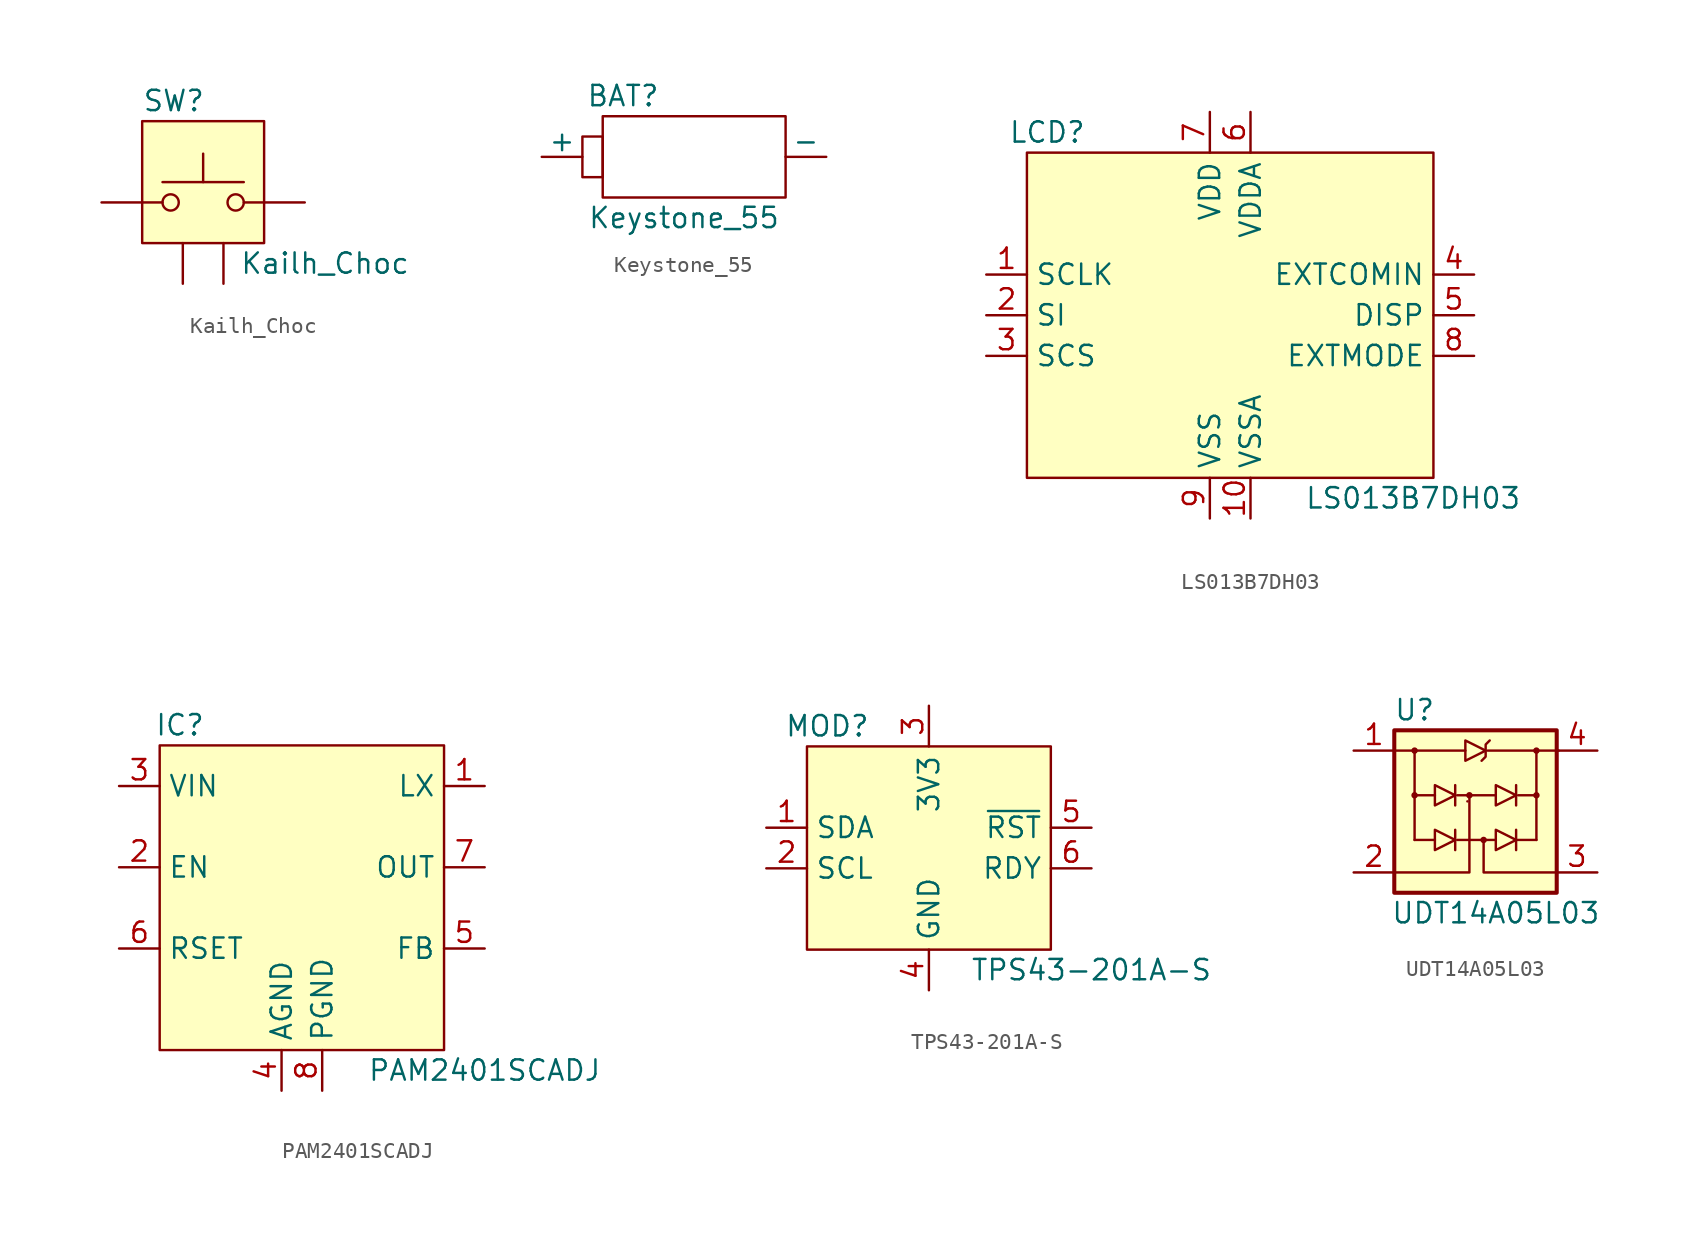
<source format=kicad_sym>
(kicad_symbol_lib
  (version 20220914)
  (generator kicad_symbol_editor)
  (symbol "Kailh_Choc"
    (pin_numbers hide)
    (pin_names
      (offset 1.016) hide)
    (property "Reference" "SW"
      (at -3.81 6.35 0)
      (effects (font (size 1.27 1.27)) (justify left)))
    (property "Value" "Kailh_Choc"
      (at 7.62 -3.81 0)
      (effects (font (size 1.27 1.27))))
    (symbol "Kailh_Choc_0_1"
      (circle (center -2.032 0) (radius 0.508) (stroke (width 0) (type default)) (fill (type none)))
      (polyline (pts (xy -3.81 0) (xy -2.54 0)) (stroke (width 0) (type default)) (fill (type none)))
      (polyline (pts (xy 0 1.27) (xy 0 3.048)) (stroke (width 0) (type default)) (fill (type none)))
      (polyline (pts (xy 2.54 1.27) (xy -2.54 1.27)) (stroke (width 0) (type default)) (fill (type none)))
      (polyline (pts (xy 3.81 0) (xy 2.54 0)) (stroke (width 0) (type default)) (fill (type none)))
      (circle (center 2.032 0) (radius 0.508) (stroke (width 0) (type default)) (fill (type none)))
      (pin passive line (at -6.35 0 0) (length 2.54) (name "1" (effects (font (size 1.27 1.27)))) (number "1" (effects (font (size 1.27 1.27)))))
      (pin passive line (at 6.35 0 180) (length 2.54) (name "2" (effects (font (size 1.27 1.27)))) (number "2" (effects (font (size 1.27 1.27))))))
    (symbol "Kailh_Choc_1_1"
      (rectangle (start -3.81 5.08) (end 3.81 -2.54) (stroke (width 0) (type default)) (fill (type background)))
      (pin passive line (at -1.27 -5.08 90) (length 2.54) (name "MH2" (effects (font (size 1.27 1.27)))) (number "MH2" (effects (font (size 1.27 1.27)))))
      (pin passive line (at 1.27 -5.08 90) (length 2.54) (name "MH3" (effects (font (size 1.27 1.27)))) (number "MH3" (effects (font (size 1.27 1.27)))))))
  (symbol "Keystone_55"
    (pin_numbers hide)
    (pin_names
      (offset 0))
    (property "Reference" "BAT"
      (at -3.81 3.81 0)
      (effects (font (size 1.27 1.27))))
    (property "Value" "Keystone_55"
      (at 0 -3.81 0)
      (effects (font (size 1.27 1.27))))
    (symbol "Keystone_55_0_1"
      (rectangle (start -6.35 1.27) (end -5.08 -1.27) (stroke (width 0) (type default)) (fill (type none)))
      (rectangle (start -5.08 2.54) (end 6.35 -2.54) (stroke (width 0) (type default)) (fill (type none))))
    (symbol "Keystone_55_1_1"
      (pin power_out line (at -8.89 0 0) (length 2.54) (name "+" (effects (font (size 1.27 1.27)))) (number "1" (effects (font (size 1.27 1.27)))))
      (pin power_out line (at 8.89 0 180) (length 2.54) (name "-" (effects (font (size 1.27 1.27)))) (number "2" (effects (font (size 1.27 1.27)))))))
  (symbol "LS013B7DH03"
    (property "Reference" "LCD"
      (at -11.43 11.43 0)
      (effects (font (size 1.27 1.27))))
    (property "Value" "LS013B7DH03"
      (at 11.43 -11.43 0)
      (effects (font (size 1.27 1.27))))
    (symbol "LS013B7DH03_1_1"
      (rectangle (start -12.7 10.16) (end 12.7 -10.16) (stroke (width 0) (type default)) (fill (type background)))
      (pin input line (at -15.24 2.54 0) (length 2.54) (name "SCLK" (effects (font (size 1.27 1.27)))) (number "1" (effects (font (size 1.27 1.27)))))
      (pin power_in line (at 1.27 -12.7 90) (length 2.54) (name "VSSA" (effects (font (size 1.27 1.27)))) (number "10" (effects (font (size 1.27 1.27)))))
      (pin input line (at -15.24 0 0) (length 2.54) (name "SI" (effects (font (size 1.27 1.27)))) (number "2" (effects (font (size 1.27 1.27)))))
      (pin input line (at -15.24 -2.54 0) (length 2.54) (name "SCS" (effects (font (size 1.27 1.27)))) (number "3" (effects (font (size 1.27 1.27)))))
      (pin input line (at 15.24 2.54 180) (length 2.54) (name "EXTCOMIN" (effects (font (size 1.27 1.27)))) (number "4" (effects (font (size 1.27 1.27)))))
      (pin input line (at 15.24 0 180) (length 2.54) (name "DISP" (effects (font (size 1.27 1.27)))) (number "5" (effects (font (size 1.27 1.27)))))
      (pin power_in line (at 1.27 12.7 270) (length 2.54) (name "VDDA" (effects (font (size 1.27 1.27)))) (number "6" (effects (font (size 1.27 1.27)))))
      (pin power_in line (at -1.27 12.7 270) (length 2.54) (name "VDD" (effects (font (size 1.27 1.27)))) (number "7" (effects (font (size 1.27 1.27)))))
      (pin input line (at 15.24 -2.54 180) (length 2.54) (name "EXTMODE" (effects (font (size 1.27 1.27)))) (number "8" (effects (font (size 1.27 1.27)))))
      (pin power_in line (at -1.27 -12.7 90) (length 2.54) (name "VSS" (effects (font (size 1.27 1.27)))) (number "9" (effects (font (size 1.27 1.27)))))))
  (symbol "PAM2401SCADJ"
    (property "Reference" "IC"
      (at -7.62 10.16 0)
      (effects (font (size 1.27 1.27))))
    (property "Value" "PAM2401SCADJ"
      (at 11.43 -11.43 0)
      (effects (font (size 1.27 1.27))))
    (symbol "PAM2401SCADJ_1_1"
      (rectangle (start -8.89 8.89) (end 8.89 -10.16) (stroke (width 0) (type default)) (fill (type background)))
      (pin output line (at 11.43 6.35 180) (length 2.54) (name "LX" (effects (font (size 1.27 1.27)))) (number "1" (effects (font (size 1.27 1.27)))))
      (pin input line (at -11.43 1.27 0) (length 2.54) (name "EN" (effects (font (size 1.27 1.27)))) (number "2" (effects (font (size 1.27 1.27)))))
      (pin power_in line (at -11.43 6.35 0) (length 2.54) (name "VIN" (effects (font (size 1.27 1.27)))) (number "3" (effects (font (size 1.27 1.27)))))
      (pin power_in line (at -1.27 -12.7 90) (length 2.54) (name "AGND" (effects (font (size 1.27 1.27)))) (number "4" (effects (font (size 1.27 1.27)))))
      (pin input line (at 11.43 -3.81 180) (length 2.54) (name "FB" (effects (font (size 1.27 1.27)))) (number "5" (effects (font (size 1.27 1.27)))))
      (pin input line (at -11.43 -3.81 0) (length 2.54) (name "RSET" (effects (font (size 1.27 1.27)))) (number "6" (effects (font (size 1.27 1.27)))))
      (pin power_out line (at 11.43 1.27 180) (length 2.54) (name "OUT" (effects (font (size 1.27 1.27)))) (number "7" (effects (font (size 1.27 1.27)))))
      (pin power_in line (at 1.27 -12.7 90) (length 2.54) (name "PGND" (effects (font (size 1.27 1.27)))) (number "8" (effects (font (size 1.27 1.27)))))))
  (symbol "TPS43-201A-S"
    (property "Reference" "MOD"
      (at -6.35 7.62 0)
      (effects (font (size 1.27 1.27))))
    (property "Value" "TPS43-201A-S"
      (at 10.16 -7.62 0)
      (effects (font (size 1.27 1.27))))
    (symbol "TPS43-201A-S_1_1"
      (rectangle (start -7.62 6.35) (end 7.62 -6.35) (stroke (width 0) (type default)) (fill (type background)))
      (pin bidirectional line (at -10.16 1.27 0) (length 2.54) (name "SDA" (effects (font (size 1.27 1.27)))) (number "1" (effects (font (size 1.27 1.27)))))
      (pin input line (at -10.16 -1.27 0) (length 2.54) (name "SCL" (effects (font (size 1.27 1.27)))) (number "2" (effects (font (size 1.27 1.27)))))
      (pin power_in line (at 0 8.89 270) (length 2.54) (name "3V3" (effects (font (size 1.27 1.27)))) (number "3" (effects (font (size 1.27 1.27)))))
      (pin power_in line (at 0 -8.89 90) (length 2.54) (name "GND" (effects (font (size 1.27 1.27)))) (number "4" (effects (font (size 1.27 1.27)))))
      (pin input line (at 10.16 1.27 180) (length 2.54) (name "~{RST}" (effects (font (size 1.27 1.27)))) (number "5" (effects (font (size 1.27 1.27)))))
      (pin output line (at 10.16 -1.27 180) (length 2.54) (name "RDY" (effects (font (size 1.27 1.27)))) (number "6" (effects (font (size 1.27 1.27)))))))
  (symbol "UDT14A05L03"
    (property "Reference" "U"
      (at -3.81 6.35 0)
      (effects (font (size 1.27 1.27))))
    (property "Value" "UDT14A05L03"
      (at 1.27 -6.35 0)
      (effects (font (size 1.27 1.27))))
    (symbol "UDT14A05L03_0_1"
      (circle (center -3.81 1.016) (radius 0.127) (stroke (width 0) (type default)) (fill (type none)))
      (circle (center -3.81 3.81) (radius 0.127) (stroke (width 0) (type default)) (fill (type none)))
      (circle (center -0.381 1.016) (radius 0.127) (stroke (width 0) (type default)) (fill (type none)))
      (polyline (pts (xy -5.08 3.81) (xy -0.635 3.81)) (stroke (width 0) (type default)) (fill (type none)))
      (polyline (pts (xy -3.81 3.81) (xy -3.81 -1.778)) (stroke (width 0) (type default)) (fill (type none)))
      (polyline (pts (xy -2.54 -1.778) (xy -3.81 -1.778)) (stroke (width 0) (type default)) (fill (type none)))
      (polyline (pts (xy -2.54 1.016) (xy -3.81 1.016)) (stroke (width 0) (type default)) (fill (type none)))
      (polyline (pts (xy -1.27 -1.143) (xy -1.27 -2.413)) (stroke (width 0) (type default)) (fill (type none)))
      (polyline (pts (xy -1.27 1.651) (xy -1.27 0.381)) (stroke (width 0) (type default)) (fill (type none)))
      (polyline (pts (xy -1.143 -1.778) (xy 1.27 -1.778)) (stroke (width 0) (type default)) (fill (type none)))
      (polyline (pts (xy -1.143 1.016) (xy 1.27 1.016)) (stroke (width 0) (type default)) (fill (type none)))
      (polyline (pts (xy -0.508 0.635) (xy -0.508 0.635)) (stroke (width 0) (type default)) (fill (type none)))
      (polyline (pts (xy 0.762 3.81) (xy 5.207 3.81)) (stroke (width 0) (type default)) (fill (type none)))
      (polyline (pts (xy 2.54 -1.143) (xy 2.54 -2.413)) (stroke (width 0) (type default)) (fill (type none)))
      (polyline (pts (xy 2.54 1.651) (xy 2.54 0.381)) (stroke (width 0) (type default)) (fill (type none)))
      (polyline (pts (xy 2.667 1.016) (xy 3.81 1.016)) (stroke (width 0) (type default)) (fill (type none)))
      (polyline (pts (xy 3.81 -1.778) (xy 2.54 -1.778)) (stroke (width 0) (type default)) (fill (type none)))
      (polyline (pts (xy 3.81 -1.778) (xy 3.81 3.81)) (stroke (width 0) (type default)) (fill (type none)))
      (polyline (pts (xy -5.08 -3.81) (xy -0.381 -3.81) (xy -0.381 1.016)) (stroke (width 0) (type default)) (fill (type none)))
      (polyline (pts (xy 0.508 -1.778) (xy 0.508 -3.81) (xy 4.953 -3.81)) (stroke (width 0) (type default)) (fill (type none)))
      (polyline (pts (xy -2.54 -1.143) (xy -2.54 -2.413) (xy -1.27 -1.778) (xy -2.54 -1.143)) (stroke (width 0) (type default)) (fill (type none)))
      (polyline (pts (xy -2.54 0.381) (xy -2.54 1.651) (xy -1.27 1.016) (xy -2.54 0.381)) (stroke (width 0) (type default)) (fill (type none)))
      (polyline (pts (xy 0.889 4.445) (xy 0.635 4.191) (xy 0.635 3.429) (xy 0.381 3.175)) (stroke (width 0) (type default)) (fill (type none)))
      (polyline (pts (xy 1.27 -1.143) (xy 1.27 -2.413) (xy 2.54 -1.778) (xy 1.27 -1.143)) (stroke (width 0) (type default)) (fill (type none)))
      (polyline (pts (xy 1.27 0.381) (xy 1.27 1.651) (xy 2.54 1.016) (xy 1.27 0.381)) (stroke (width 0) (type default)) (fill (type none)))
      (circle (center 0.508 -1.778) (radius 0.127) (stroke (width 0) (type default)) (fill (type none)))
      (circle (center 3.81 1.016) (radius 0.127) (stroke (width 0) (type default)) (fill (type none)))
      (circle (center 3.81 3.81) (radius 0.127) (stroke (width 0) (type default)) (fill (type none))))
    (symbol "UDT14A05L03_1_1"
      (rectangle (start -5.08 5.08) (end 5.08 -5.08) (stroke (width 0.254) (type default)) (fill (type background)))
      (polyline (pts (xy -0.635 4.445) (xy -0.635 3.175) (xy 0.635 3.81) (xy -0.635 4.445)) (stroke (width 0) (type default)) (fill (type none)))
      (pin passive line (at -7.62 3.81 0) (length 2.54) (name "~" (effects (font (size 1.27 1.27)))) (number "1" (effects (font (size 1.27 1.27)))))
      (pin passive line (at -7.62 -3.81 0) (length 2.54) (name "~" (effects (font (size 1.27 1.27)))) (number "2" (effects (font (size 1.27 1.27)))))
      (pin passive line (at 7.62 -3.81 180) (length 2.54) (name "~" (effects (font (size 1.27 1.27)))) (number "3" (effects (font (size 1.27 1.27)))))
      (pin passive line (at 7.62 3.81 180) (length 2.54) (name "~" (effects (font (size 1.27 1.27)))) (number "4" (effects (font (size 1.27 1.27))))))))
</source>
